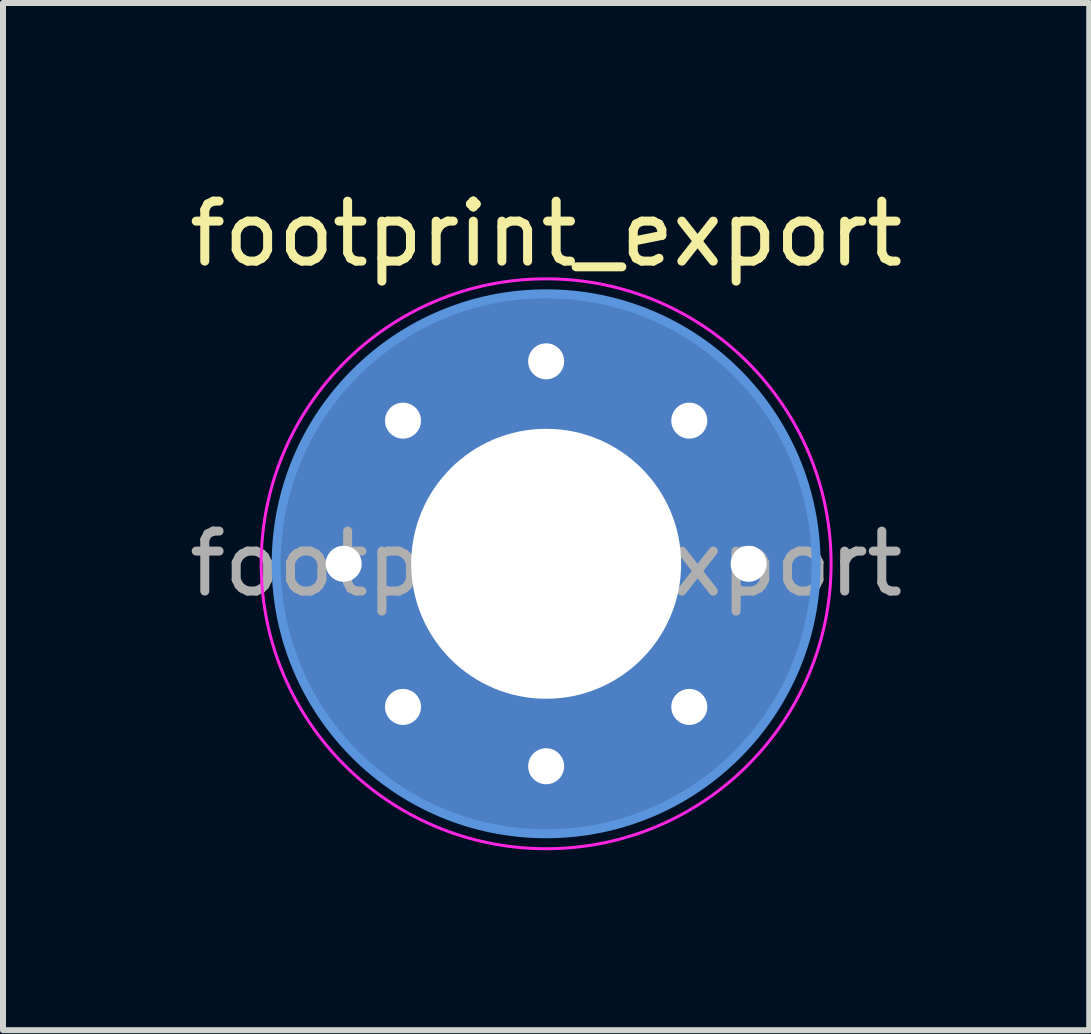
<source format=kicad_pcb>
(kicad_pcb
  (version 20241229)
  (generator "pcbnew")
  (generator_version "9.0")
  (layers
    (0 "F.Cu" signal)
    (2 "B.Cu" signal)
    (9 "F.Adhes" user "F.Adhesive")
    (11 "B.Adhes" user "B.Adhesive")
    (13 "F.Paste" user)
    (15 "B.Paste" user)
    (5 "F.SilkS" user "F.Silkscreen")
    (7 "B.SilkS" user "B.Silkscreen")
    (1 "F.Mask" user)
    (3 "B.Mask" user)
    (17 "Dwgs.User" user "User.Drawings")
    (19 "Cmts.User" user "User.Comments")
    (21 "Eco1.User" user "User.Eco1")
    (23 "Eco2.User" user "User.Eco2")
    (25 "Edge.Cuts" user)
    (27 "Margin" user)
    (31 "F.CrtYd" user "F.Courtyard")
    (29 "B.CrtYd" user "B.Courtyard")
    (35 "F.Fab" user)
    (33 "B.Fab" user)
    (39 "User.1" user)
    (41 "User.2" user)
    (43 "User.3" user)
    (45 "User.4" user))
  (footprint "footprint_export"
    (layer "F.Cu")
    (at 6.054 6.348)
    (property "Reference" "footprint_export" (at 0 -5.5 0) (layer "F.SilkS") (effects (font (size 1 1) (thickness 0.15))))
    (attr exclude_from_pos_files exclude_from_bom)
    (fp_circle (center 0 0) (end 4.5 0) (stroke (width 0.15) (type solid)) (fill no) (layer "Cmts.User"))
    (fp_circle (center 0 0) (end 4.75 0) (stroke (width 0.05) (type solid)) (fill no) (layer "F.CrtYd"))
    (fp_text user "${REFERENCE}" (at 0 0 0) (layer "F.Fab") (effects (font (size 1 1) (thickness 0.15))))
    (pad "1" thru_hole circle (at -3.375 0) (size 0.9 0.9) (drill 0.6) (layers "*.Cu" "*.Mask"))
    (pad "1" thru_hole circle (at -2.386 -2.386) (size 0.9 0.9) (drill 0.6) (layers "*.Cu" "*.Mask"))
    (pad "1" thru_hole circle (at -2.386 2.386) (size 0.9 0.9) (drill 0.6) (layers "*.Cu" "*.Mask"))
    (pad "1" thru_hole circle (at 0 -3.375) (size 0.9 0.9) (drill 0.6) (layers "*.Cu" "*.Mask"))
    (pad "1" thru_hole circle (at 0 0) (size 9 9) (drill 4.5) (layers "*.Cu" "*.Mask"))
    (pad "1" thru_hole circle (at 0 3.375) (size 0.9 0.9) (drill 0.6) (layers "*.Cu" "*.Mask"))
    (pad "1" thru_hole circle (at 2.386 -2.386) (size 0.9 0.9) (drill 0.6) (layers "*.Cu" "*.Mask"))
    (pad "1" thru_hole circle (at 2.386 2.386) (size 0.9 0.9) (drill 0.6) (layers "*.Cu" "*.Mask"))
    (pad "1" thru_hole circle (at 3.375 0) (size 0.9 0.9) (drill 0.6) (layers "*.Cu" "*.Mask")))
  (gr_rect
    (start -3 -3)
    (end 15.107 14.123)
    (stroke (width 0.1) (type default))
    (fill no)
    (layer "Edge.Cuts")))
</source>
